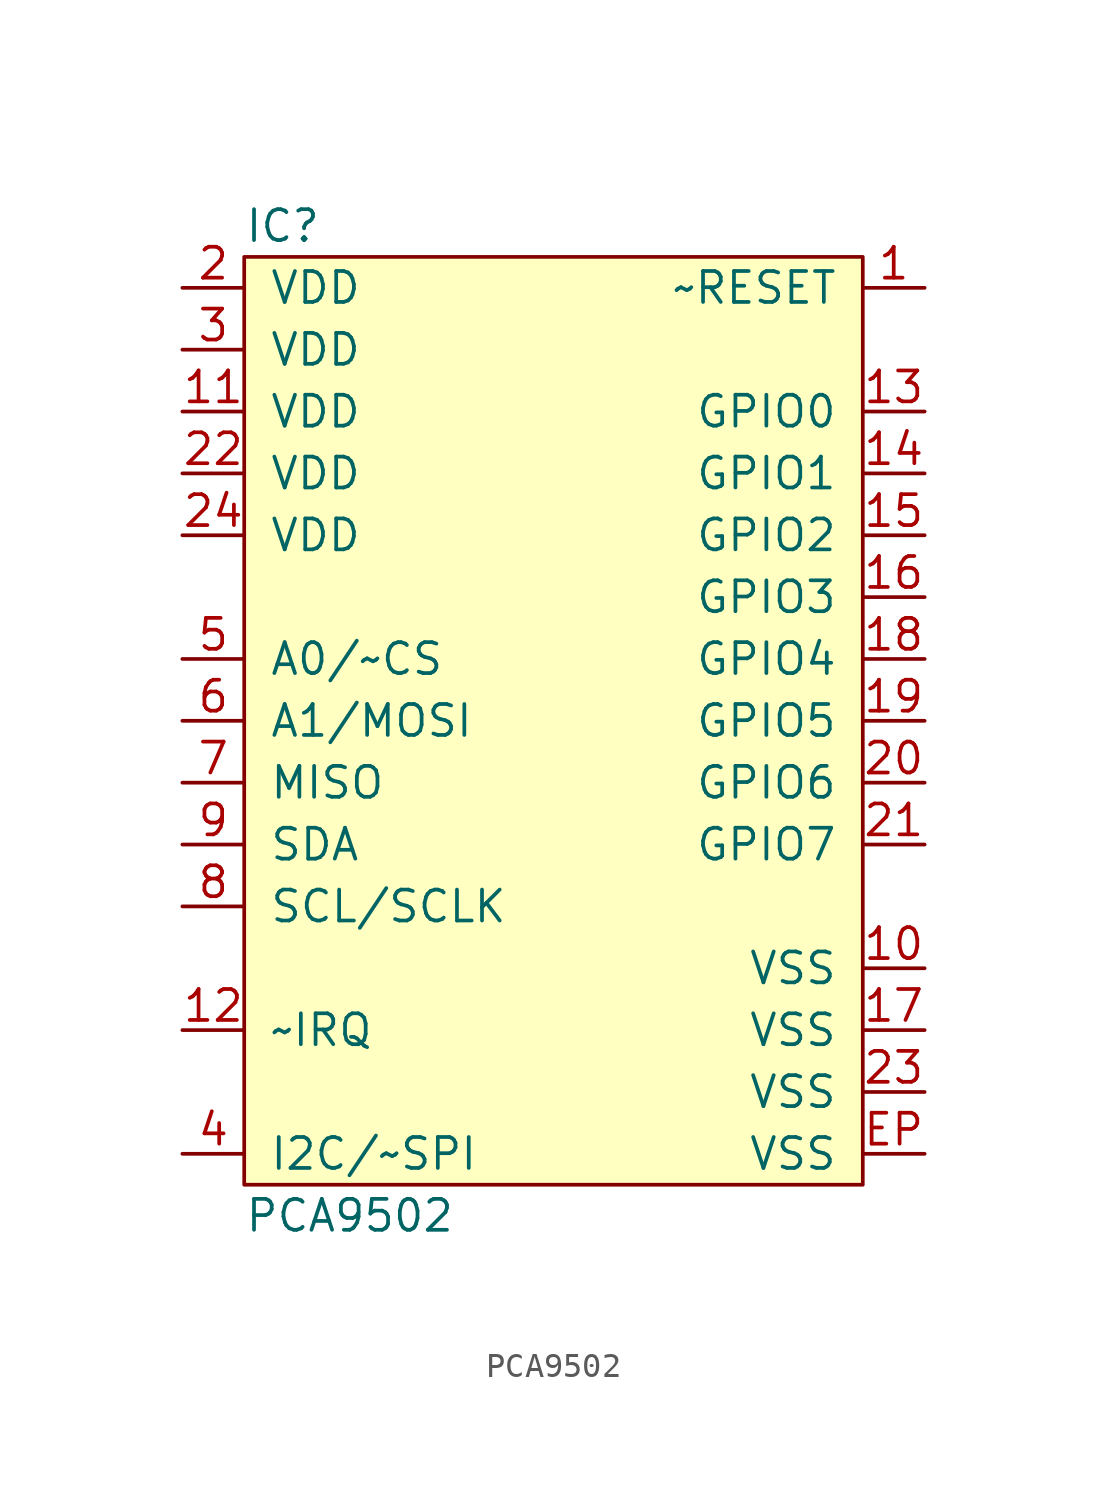
<source format=kicad_sym>
(kicad_symbol_lib
  (version 20211014)
  (generator agg_kicad.build_lib_ic)
  (symbol "PCA9502"
    (pin_names
      (offset 1.016))
    (property Reference IC
      (at -12.7 20.32 0)
      (effects (font (size 1.27 1.27)) (justify left)))
    (property Value "PCA9502"
      (at -12.7 -20.32 0)
      (effects (font (size 1.27 1.27)) (justify left)))
    (symbol "PCA9502_0_0"
      (rectangle (start -12.7 19.05) (end 12.7 -19.05) (stroke (width 0) (type default) (color 0 0 0 0)) (fill (type background)))
      (pin power_in line (at -15.24 17.78 0) (length 2.54) (name VDD (effects (font (size 1.27 1.27)))) (number "2" (effects (font (size 1.27 1.27)))))
      (pin power_in line (at -15.24 15.24 0) (length 2.54) (name VDD (effects (font (size 1.27 1.27)))) (number "3" (effects (font (size 1.27 1.27)))))
      (pin power_in line (at -15.24 12.7 0) (length 2.54) (name VDD (effects (font (size 1.27 1.27)))) (number "11" (effects (font (size 1.27 1.27)))))
      (pin power_in line (at -15.24 10.16 0) (length 2.54) (name VDD (effects (font (size 1.27 1.27)))) (number "22" (effects (font (size 1.27 1.27)))))
      (pin power_in line (at -15.24 7.62 0) (length 2.54) (name VDD (effects (font (size 1.27 1.27)))) (number "24" (effects (font (size 1.27 1.27)))))
      (pin input line (at -15.24 2.54 0) (length 2.54) (name "A0/~CS" (effects (font (size 1.27 1.27)))) (number "5" (effects (font (size 1.27 1.27)))))
      (pin input line (at -15.24 0 0) (length 2.54) (name "A1/MOSI" (effects (font (size 1.27 1.27)))) (number "6" (effects (font (size 1.27 1.27)))))
      (pin output line (at -15.24 -2.54 0) (length 2.54) (name MISO (effects (font (size 1.27 1.27)))) (number "7" (effects (font (size 1.27 1.27)))))
      (pin open_collector line (at -15.24 -5.08 0) (length 2.54) (name SDA (effects (font (size 1.27 1.27)))) (number "9" (effects (font (size 1.27 1.27)))))
      (pin open_collector line (at -15.24 -7.62 0) (length 2.54) (name "SCL/SCLK" (effects (font (size 1.27 1.27)))) (number "8" (effects (font (size 1.27 1.27)))))
      (pin open_collector line (at -15.24 -12.7 0) (length 2.54) (name "~IRQ" (effects (font (size 1.27 1.27)))) (number "12" (effects (font (size 1.27 1.27)))))
      (pin input line (at -15.24 -17.78 0) (length 2.54) (name "I2C/~SPI" (effects (font (size 1.27 1.27)))) (number "4" (effects (font (size 1.27 1.27)))))
      (pin input line (at 15.24 17.78 180) (length 2.54) (name "~RESET" (effects (font (size 1.27 1.27)))) (number "1" (effects (font (size 1.27 1.27)))))
      (pin bidirectional line (at 15.24 12.7 180) (length 2.54) (name "GPIO0" (effects (font (size 1.27 1.27)))) (number "13" (effects (font (size 1.27 1.27)))))
      (pin bidirectional line (at 15.24 10.16 180) (length 2.54) (name "GPIO1" (effects (font (size 1.27 1.27)))) (number "14" (effects (font (size 1.27 1.27)))))
      (pin bidirectional line (at 15.24 7.62 180) (length 2.54) (name "GPIO2" (effects (font (size 1.27 1.27)))) (number "15" (effects (font (size 1.27 1.27)))))
      (pin bidirectional line (at 15.24 5.08 180) (length 2.54) (name "GPIO3" (effects (font (size 1.27 1.27)))) (number "16" (effects (font (size 1.27 1.27)))))
      (pin bidirectional line (at 15.24 2.54 180) (length 2.54) (name "GPIO4" (effects (font (size 1.27 1.27)))) (number "18" (effects (font (size 1.27 1.27)))))
      (pin bidirectional line (at 15.24 0 180) (length 2.54) (name "GPIO5" (effects (font (size 1.27 1.27)))) (number "19" (effects (font (size 1.27 1.27)))))
      (pin bidirectional line (at 15.24 -2.54 180) (length 2.54) (name "GPIO6" (effects (font (size 1.27 1.27)))) (number "20" (effects (font (size 1.27 1.27)))))
      (pin bidirectional line (at 15.24 -5.08 180) (length 2.54) (name "GPIO7" (effects (font (size 1.27 1.27)))) (number "21" (effects (font (size 1.27 1.27)))))
      (pin power_in line (at 15.24 -10.16 180) (length 2.54) (name VSS (effects (font (size 1.27 1.27)))) (number "10" (effects (font (size 1.27 1.27)))))
      (pin power_in line (at 15.24 -12.7 180) (length 2.54) (name VSS (effects (font (size 1.27 1.27)))) (number "17" (effects (font (size 1.27 1.27)))))
      (pin power_in line (at 15.24 -15.24 180) (length 2.54) (name VSS (effects (font (size 1.27 1.27)))) (number "23" (effects (font (size 1.27 1.27)))))
      (pin power_in line (at 15.24 -17.78 180) (length 2.54) (name VSS (effects (font (size 1.27 1.27)))) (number EP (effects (font (size 1.27 1.27))))))))
</source>
